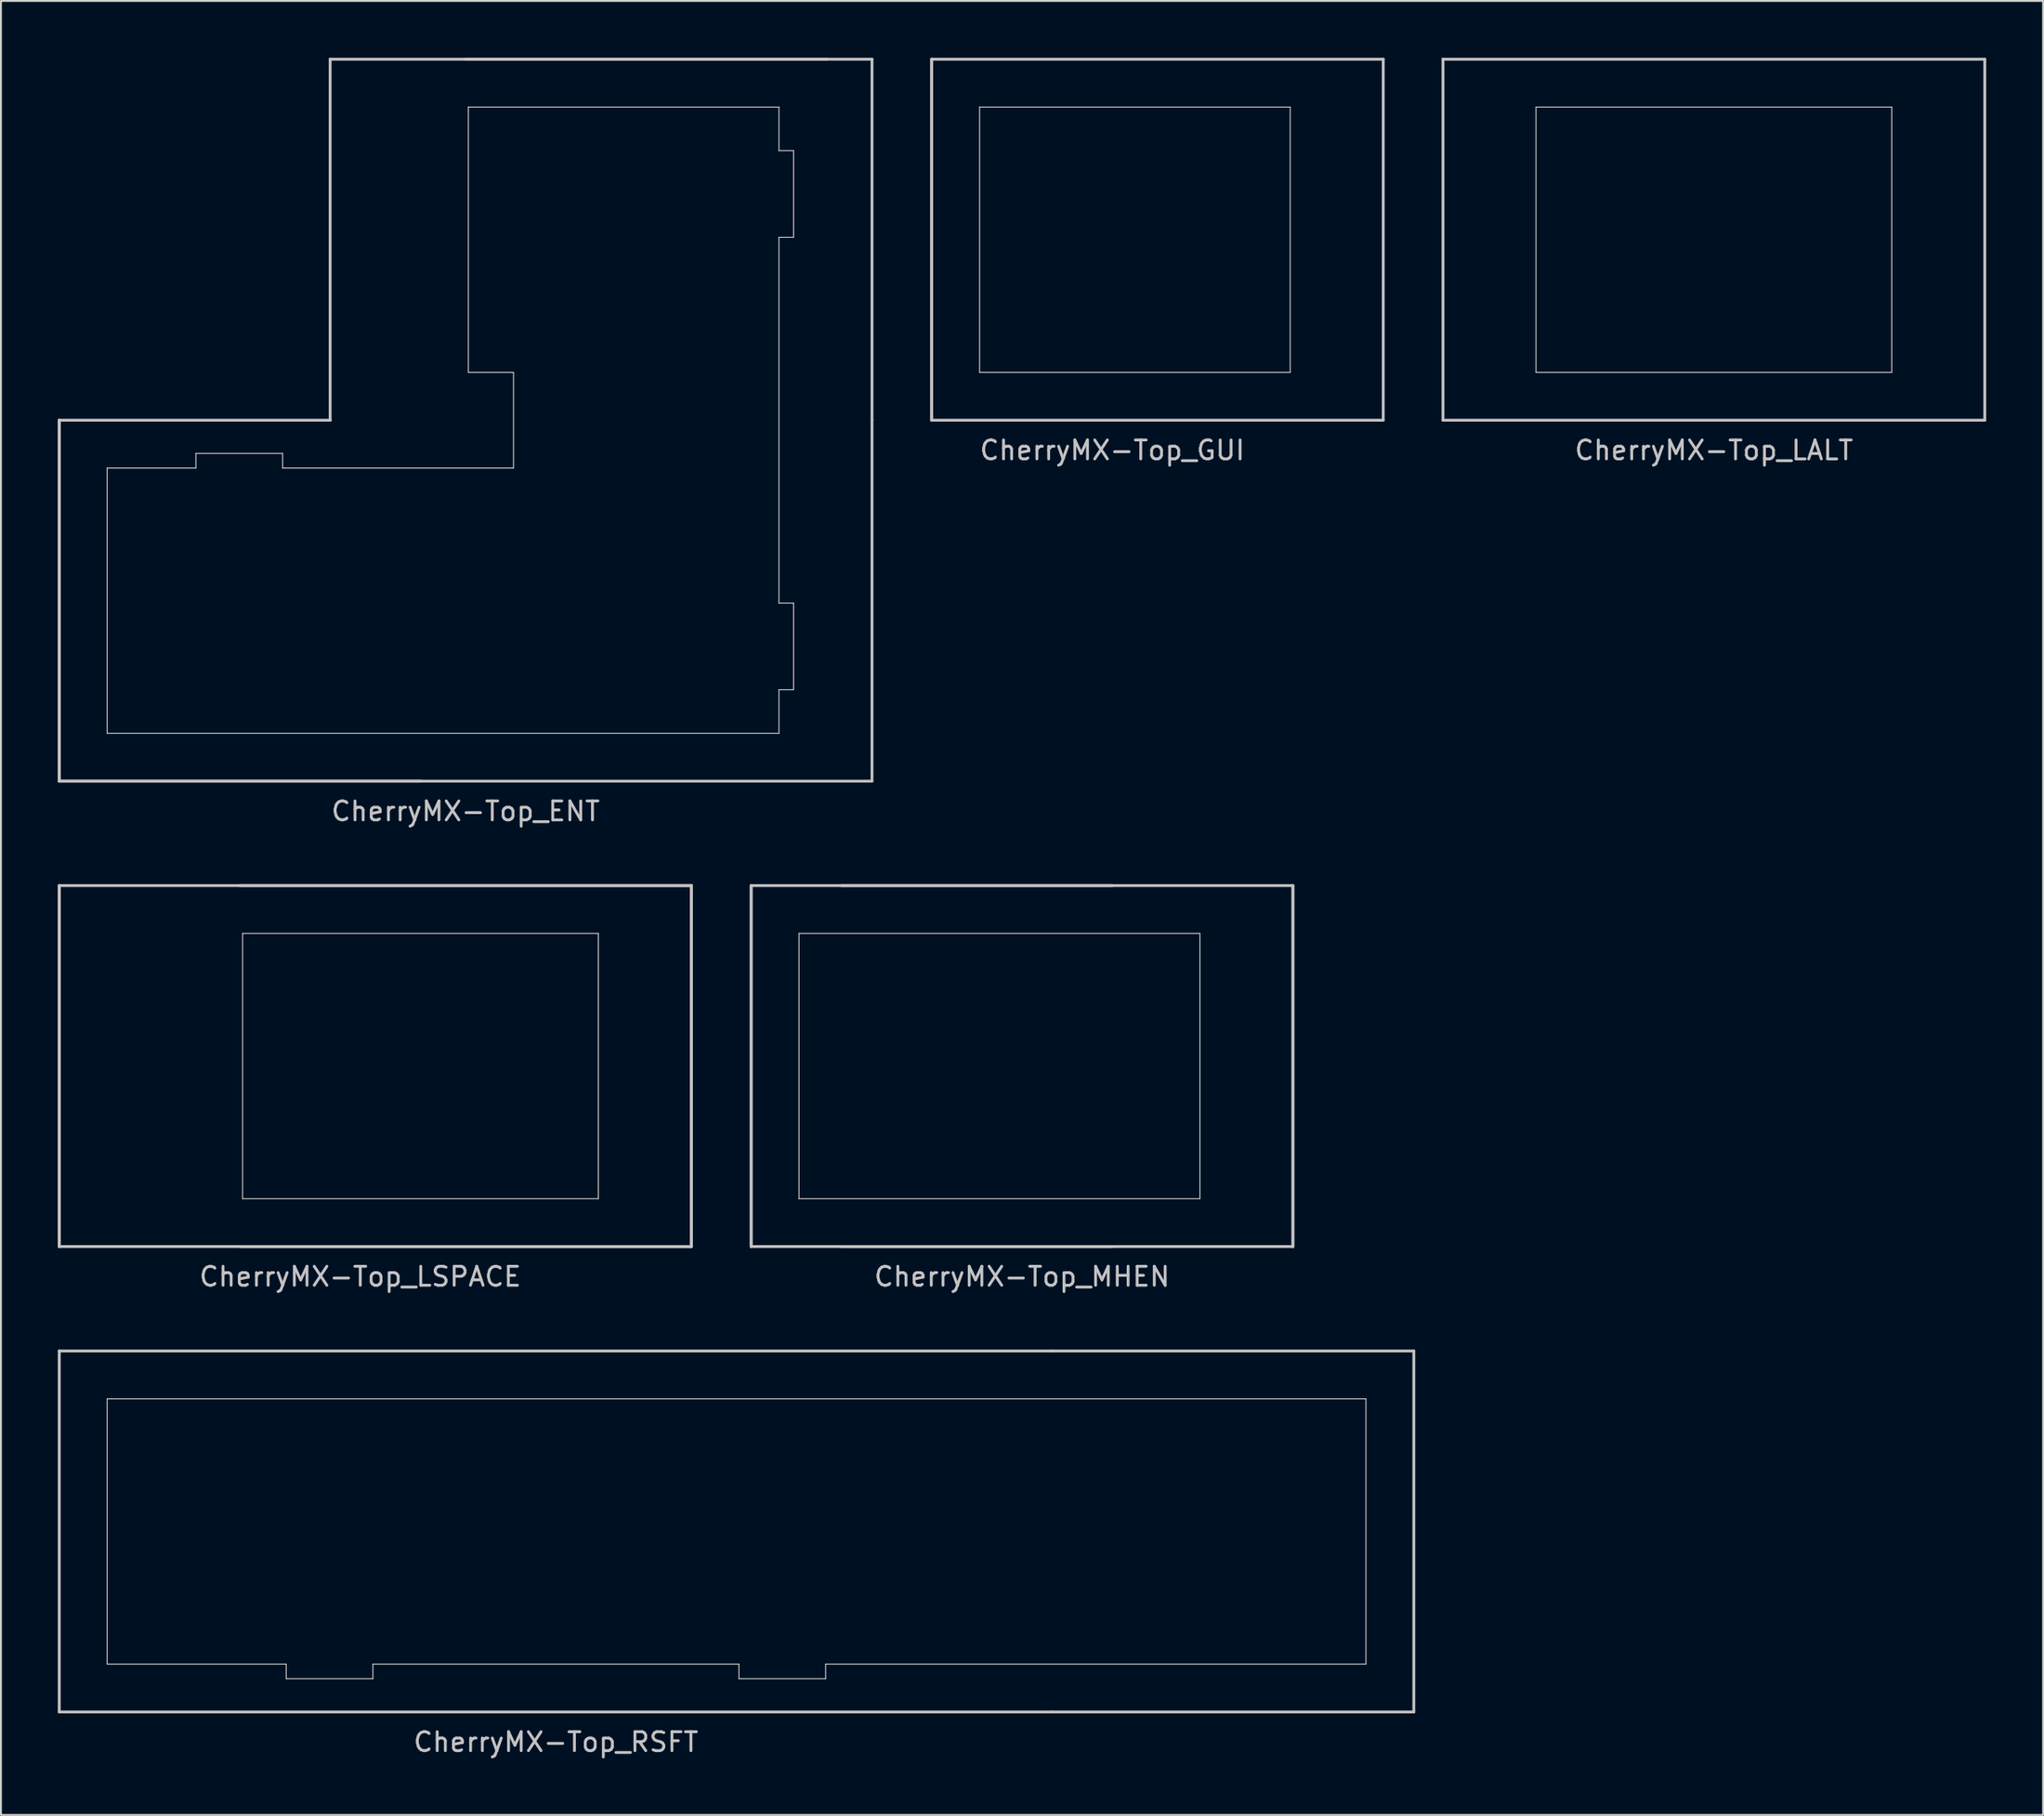
<source format=kicad_pcb>
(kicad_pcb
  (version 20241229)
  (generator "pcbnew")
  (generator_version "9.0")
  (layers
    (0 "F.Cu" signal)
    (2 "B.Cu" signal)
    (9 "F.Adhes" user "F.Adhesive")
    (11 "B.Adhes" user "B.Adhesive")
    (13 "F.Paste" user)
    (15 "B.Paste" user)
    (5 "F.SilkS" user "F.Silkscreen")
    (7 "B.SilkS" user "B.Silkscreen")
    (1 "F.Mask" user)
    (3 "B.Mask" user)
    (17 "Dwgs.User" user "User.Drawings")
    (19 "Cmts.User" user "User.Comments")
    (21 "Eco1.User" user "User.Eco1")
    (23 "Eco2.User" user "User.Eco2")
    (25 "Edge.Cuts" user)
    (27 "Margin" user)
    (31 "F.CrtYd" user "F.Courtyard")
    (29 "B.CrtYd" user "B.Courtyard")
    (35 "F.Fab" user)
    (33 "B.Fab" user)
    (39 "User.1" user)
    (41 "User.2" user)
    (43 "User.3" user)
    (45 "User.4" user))
  (footprint "CherryMX-Top_LALT"
    (layer "F.Cu")
    (at 87.338 9.6)
    (property "Reference" "CherryMX-Top_LALT" (at 0 11.113 0) (layer "Dwgs.User") (effects (font (size 1 1) (thickness 0.15))))
    (attr through_hole)
    (fp_line (start -14.287 -9.525) (end -14.287 9.525) (stroke (width 0.15) (type solid)) (layer "Dwgs.User"))
    (fp_line (start 14.287 -9.525) (end -14.287 -9.525) (stroke (width 0.15) (type solid)) (layer "Dwgs.User"))
    (fp_line (start 14.287 9.525) (end -14.287 9.525) (stroke (width 0.15) (type solid)) (layer "Dwgs.User"))
    (fp_line (start 14.287 9.525) (end 14.287 -9.525) (stroke (width 0.15) (type solid)) (layer "Dwgs.User"))
    (fp_line (start -9.381 -7) (end 9.381 -7) (stroke (width 0.05) (type solid)) (layer "Edge.Cuts"))
    (fp_line (start -9.381 7) (end -9.381 -7) (stroke (width 0.05) (type solid)) (layer "Edge.Cuts"))
    (fp_line (start 9.381 7) (end -9.381 7) (stroke (width 0.05) (type solid)) (layer "Edge.Cuts"))
    (fp_line (start 9.381 7) (end 9.381 -7) (stroke (width 0.05) (type solid)) (layer "Edge.Cuts")))
  (footprint "CherryMX-Top_GUI"
    (layer "F.Cu")
    (at 55.612 9.6)
    (property "Reference" "CherryMX-Top_GUI" (at 0 11.113 0) (layer "Dwgs.User") (effects (font (size 1 1) (thickness 0.15))))
    (attr through_hole)
    (fp_line (start -9.525 -9.525) (end 14.287 -9.525) (stroke (width 0.15) (type solid)) (layer "Dwgs.User"))
    (fp_line (start -9.525 9.525) (end -9.525 -9.525) (stroke (width 0.15) (type solid)) (layer "Dwgs.User"))
    (fp_line (start -9.525 9.525) (end -9.525 -9.525) (stroke (width 0.15) (type solid)) (layer "Dwgs.User"))
    (fp_line (start 14.287 9.525) (end -9.525 9.525) (stroke (width 0.15) (type solid)) (layer "Dwgs.User"))
    (fp_line (start 14.287 9.525) (end 14.287 -9.525) (stroke (width 0.15) (type solid)) (layer "Dwgs.User"))
    (fp_line (start -7 -7) (end 9.381 -7) (stroke (width 0.05) (type solid)) (layer "Edge.Cuts"))
    (fp_line (start -7 7) (end -7 -7) (stroke (width 0.05) (type solid)) (layer "Edge.Cuts"))
    (fp_line (start 9.381 7) (end -7 7) (stroke (width 0.05) (type solid)) (layer "Edge.Cuts"))
    (fp_line (start 9.381 7) (end 9.381 -7) (stroke (width 0.05) (type solid)) (layer "Edge.Cuts")))
  (footprint "CherryMX-Top_MHEN"
    (layer "F.Cu")
    (at 50.85 53.211)
    (property "Reference" "CherryMX-Top_MHEN" (at 0 11.113 0) (layer "Dwgs.User") (effects (font (size 1 1) (thickness 0.15))))
    (attr through_hole)
    (fp_line (start -14.287 -9.525) (end 4.763 -9.525) (stroke (width 0.15) (type solid)) (layer "Dwgs.User"))
    (fp_line (start -14.287 9.525) (end -14.287 -9.525) (stroke (width 0.15) (type solid)) (layer "Dwgs.User"))
    (fp_line (start -14.287 9.525) (end -14.287 -9.525) (stroke (width 0.15) (type solid)) (layer "Dwgs.User"))
    (fp_line (start 4.763 9.525) (end -14.287 9.525) (stroke (width 0.15) (type solid)) (layer "Dwgs.User"))
    (fp_line (start 14.287 -9.525) (end -9.525 -9.525) (stroke (width 0.15) (type solid)) (layer "Dwgs.User"))
    (fp_line (start 14.287 9.525) (end -9.525 9.525) (stroke (width 0.15) (type solid)) (layer "Dwgs.User"))
    (fp_line (start 14.287 9.525) (end 14.287 -9.525) (stroke (width 0.15) (type solid)) (layer "Dwgs.User"))
    (fp_line (start 14.287 9.525) (end 14.287 -9.525) (stroke (width 0.15) (type solid)) (layer "Dwgs.User"))
    (fp_line (start -11.762 7) (end -11.762 -7) (stroke (width 0.05) (type solid)) (layer "Edge.Cuts"))
    (fp_line (start 9.381 -7) (end -11.762 -7) (stroke (width 0.05) (type solid)) (layer "Edge.Cuts"))
    (fp_line (start 9.381 7) (end -11.762 7) (stroke (width 0.05) (type solid)) (layer "Edge.Cuts"))
    (fp_line (start 9.381 7) (end 9.381 -7) (stroke (width 0.05) (type solid)) (layer "Edge.Cuts")))
  (footprint "CherryMX-Top_ENT"
    (layer "F.Cu")
    (at 21.506 28.65)
    (property "Reference" "CherryMX-Top_ENT" (at 0 11.113 0) (layer "Dwgs.User") (effects (font (size 1 1) (thickness 0.15))))
    (attr through_hole)
    (fp_line (start -21.431 -9.525) (end -7.144 -9.525) (stroke (width 0.15) (type solid)) (layer "Dwgs.User"))
    (fp_line (start -21.431 9.525) (end -21.431 -9.525) (stroke (width 0.15) (type solid)) (layer "Dwgs.User"))
    (fp_line (start -21.431 9.525) (end -21.431 -9.525) (stroke (width 0.15) (type solid)) (layer "Dwgs.User"))
    (fp_line (start -21.431 9.525) (end 21.431 9.525) (stroke (width 0.15) (type solid)) (layer "Dwgs.User"))
    (fp_line (start -7.144 -9.525) (end -7.144 -28.575) (stroke (width 0.15) (type solid)) (layer "Dwgs.User"))
    (fp_line (start -7.144 -9.525) (end -7.144 -9.525) (stroke (width 0.15) (type solid)) (layer "Dwgs.User"))
    (fp_line (start -2.381 9.525) (end -21.431 9.525) (stroke (width 0.15) (type solid)) (layer "Dwgs.User"))
    (fp_line (start 0 -28.575) (end 19.05 -28.575) (stroke (width 0.15) (type solid)) (layer "Dwgs.User"))
    (fp_line (start 21.431 -28.575) (end -7.144 -28.575) (stroke (width 0.15) (type solid)) (layer "Dwgs.User"))
    (fp_line (start 21.431 -28.575) (end 21.431 -9.525) (stroke (width 0.15) (type solid)) (layer "Dwgs.User"))
    (fp_line (start 21.431 -9.525) (end 21.431 9.525) (stroke (width 0.15) (type solid)) (layer "Dwgs.User"))
    (fp_line (start -18.906 7) (end -18.906 -7) (stroke (width 0.05) (type solid)) (layer "Edge.Cuts"))
    (fp_line (start -14.224 -7) (end -18.906 -7) (stroke (width 0.05) (type solid)) (layer "Edge.Cuts"))
    (fp_line (start -14.224 -7) (end -14.224 -7.772) (stroke (width 0.05) (type solid)) (layer "Edge.Cuts"))
    (fp_line (start -9.652 -7.772) (end -14.224 -7.772) (stroke (width 0.05) (type solid)) (layer "Edge.Cuts"))
    (fp_line (start -9.652 -7) (end -9.652 -7.772) (stroke (width 0.05) (type solid)) (layer "Edge.Cuts"))
    (fp_line (start 0.144 -12.05) (end 0.144 -26.05) (stroke (width 0.05) (type solid)) (layer "Edge.Cuts"))
    (fp_line (start 0.144 -12.05) (end 2.525 -12.05) (stroke (width 0.05) (type solid)) (layer "Edge.Cuts"))
    (fp_line (start 2.525 -7) (end -9.652 -7) (stroke (width 0.05) (type solid)) (layer "Edge.Cuts"))
    (fp_line (start 2.525 -7) (end 2.525 -12.05) (stroke (width 0.05) (type solid)) (layer "Edge.Cuts"))
    (fp_line (start 16.525 -26.05) (end 0.144 -26.05) (stroke (width 0.05) (type solid)) (layer "Edge.Cuts"))
    (fp_line (start 16.525 -23.749) (end 16.525 -26.05) (stroke (width 0.05) (type solid)) (layer "Edge.Cuts"))
    (fp_line (start 16.525 -23.749) (end 17.297 -23.749) (stroke (width 0.05) (type solid)) (layer "Edge.Cuts"))
    (fp_line (start 16.525 -19.177) (end 16.525 0.127) (stroke (width 0.05) (type solid)) (layer "Edge.Cuts"))
    (fp_line (start 16.525 -19.177) (end 17.297 -19.177) (stroke (width 0.05) (type solid)) (layer "Edge.Cuts"))
    (fp_line (start 16.525 0.127) (end 17.297 0.127) (stroke (width 0.05) (type solid)) (layer "Edge.Cuts"))
    (fp_line (start 16.525 4.699) (end 16.525 7) (stroke (width 0.05) (type solid)) (layer "Edge.Cuts"))
    (fp_line (start 16.525 4.699) (end 17.297 4.699) (stroke (width 0.05) (type solid)) (layer "Edge.Cuts"))
    (fp_line (start 16.525 7) (end -18.906 7) (stroke (width 0.05) (type solid)) (layer "Edge.Cuts"))
    (fp_line (start 17.297 -19.177) (end 17.297 -23.749) (stroke (width 0.05) (type solid)) (layer "Edge.Cuts"))
    (fp_line (start 17.297 0.127) (end 17.297 4.699) (stroke (width 0.05) (type solid)) (layer "Edge.Cuts")))
  (footprint "CherryMX-Top_RSFT"
    (layer "F.Cu")
    (at 26.269 77.772)
    (property "Reference" "CherryMX-Top_RSFT" (at 0 11.113 0) (layer "Dwgs.User") (effects (font (size 1 1) (thickness 0.15))))
    (attr through_hole)
    (fp_line (start -26.194 -9.525) (end 26.194 -9.525) (stroke (width 0.15) (type solid)) (layer "Dwgs.User"))
    (fp_line (start -26.194 9.525) (end -26.194 -9.525) (stroke (width 0.15) (type solid)) (layer "Dwgs.User"))
    (fp_line (start -26.194 9.525) (end 26.194 9.525) (stroke (width 0.15) (type solid)) (layer "Dwgs.User"))
    (fp_line (start 26.194 -9.525) (end 45.244 -9.525) (stroke (width 0.15) (type solid)) (layer "Dwgs.User"))
    (fp_line (start 45.244 -9.525) (end 45.244 9.525) (stroke (width 0.15) (type solid)) (layer "Dwgs.User"))
    (fp_line (start 45.244 9.525) (end 26.194 9.525) (stroke (width 0.15) (type solid)) (layer "Dwgs.User"))
    (fp_line (start -23.669 7) (end -23.669 -7) (stroke (width 0.05) (type solid)) (layer "Edge.Cuts"))
    (fp_line (start -14.224 7) (end -23.669 7) (stroke (width 0.05) (type solid)) (layer "Edge.Cuts"))
    (fp_line (start -14.224 7) (end -14.224 7.772) (stroke (width 0.05) (type solid)) (layer "Edge.Cuts"))
    (fp_line (start -9.652 7) (end -9.652 7.772) (stroke (width 0.05) (type solid)) (layer "Edge.Cuts"))
    (fp_line (start -9.652 7.772) (end -14.224 7.772) (stroke (width 0.05) (type solid)) (layer "Edge.Cuts"))
    (fp_line (start 9.652 7) (end -9.652 7) (stroke (width 0.05) (type solid)) (layer "Edge.Cuts"))
    (fp_line (start 9.652 7) (end 9.652 7.772) (stroke (width 0.05) (type solid)) (layer "Edge.Cuts"))
    (fp_line (start 9.652 7.772) (end 14.224 7.772) (stroke (width 0.05) (type solid)) (layer "Edge.Cuts"))
    (fp_line (start 14.224 7) (end 14.224 7.772) (stroke (width 0.05) (type solid)) (layer "Edge.Cuts"))
    (fp_line (start 14.224 7) (end 42.719 7) (stroke (width 0.05) (type solid)) (layer "Edge.Cuts"))
    (fp_line (start 42.719 -7) (end -23.669 -7) (stroke (width 0.05) (type solid)) (layer "Edge.Cuts"))
    (fp_line (start 42.719 7) (end 42.719 -7) (stroke (width 0.05) (type solid)) (layer "Edge.Cuts")))
  (footprint "CherryMX-Top_LSPACE"
    (layer "F.Cu")
    (at 15.95 53.211)
    (property "Reference" "CherryMX-Top_LSPACE" (at 0 11.113 0) (layer "Dwgs.User") (effects (font (size 1 1) (thickness 0.15))))
    (attr through_hole)
    (fp_line (start -15.875 -9.525) (end -15.875 9.525) (stroke (width 0.15) (type solid)) (layer "Dwgs.User"))
    (fp_line (start -15.875 9.525) (end -15.875 -9.525) (stroke (width 0.15) (type solid)) (layer "Dwgs.User"))
    (fp_line (start 17.462 -9.525) (end -15.875 -9.525) (stroke (width 0.15) (type solid)) (layer "Dwgs.User"))
    (fp_line (start 17.462 -9.525) (end -6.35 -9.525) (stroke (width 0.15) (type solid)) (layer "Dwgs.User"))
    (fp_line (start 17.462 -9.525) (end 17.462 9.525) (stroke (width 0.15) (type solid)) (layer "Dwgs.User"))
    (fp_line (start 17.462 9.525) (end -15.875 9.525) (stroke (width 0.15) (type solid)) (layer "Dwgs.User"))
    (fp_line (start 17.462 9.525) (end -6.35 9.525) (stroke (width 0.15) (type solid)) (layer "Dwgs.User"))
    (fp_line (start 17.462 9.525) (end 17.462 -9.525) (stroke (width 0.15) (type solid)) (layer "Dwgs.User"))
    (fp_line (start -6.206 7) (end -6.206 -7) (stroke (width 0.05) (type solid)) (layer "Edge.Cuts"))
    (fp_line (start 12.556 -7) (end -6.206 -7) (stroke (width 0.05) (type solid)) (layer "Edge.Cuts"))
    (fp_line (start 12.556 7) (end -6.206 7) (stroke (width 0.05) (type solid)) (layer "Edge.Cuts"))
    (fp_line (start 12.556 7) (end 12.556 -7) (stroke (width 0.05) (type solid)) (layer "Edge.Cuts")))
  (gr_rect
    (start -3 -3)
    (end 104.7 92.732)
    (stroke (width 0.1) (type default))
    (fill no)
    (layer "Edge.Cuts")))
</source>
